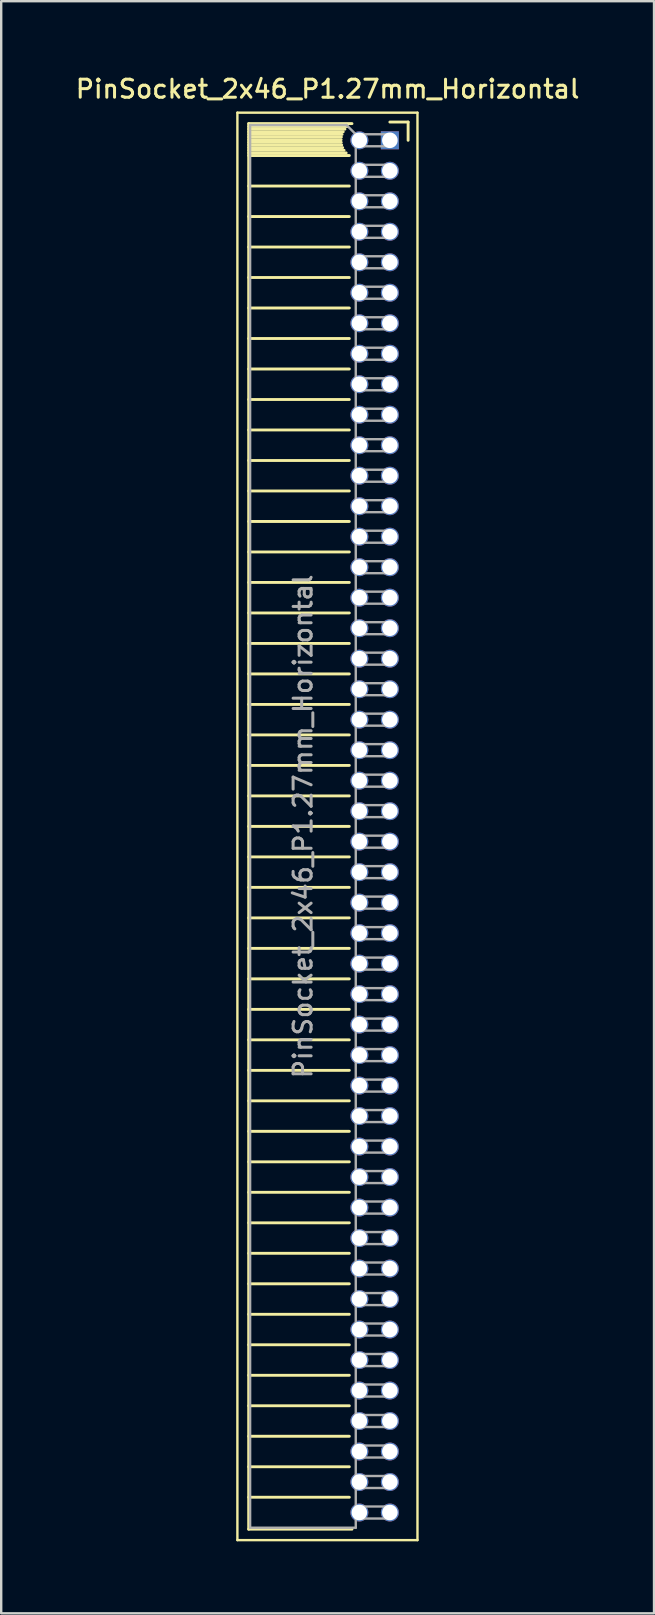
<source format=kicad_pcb>
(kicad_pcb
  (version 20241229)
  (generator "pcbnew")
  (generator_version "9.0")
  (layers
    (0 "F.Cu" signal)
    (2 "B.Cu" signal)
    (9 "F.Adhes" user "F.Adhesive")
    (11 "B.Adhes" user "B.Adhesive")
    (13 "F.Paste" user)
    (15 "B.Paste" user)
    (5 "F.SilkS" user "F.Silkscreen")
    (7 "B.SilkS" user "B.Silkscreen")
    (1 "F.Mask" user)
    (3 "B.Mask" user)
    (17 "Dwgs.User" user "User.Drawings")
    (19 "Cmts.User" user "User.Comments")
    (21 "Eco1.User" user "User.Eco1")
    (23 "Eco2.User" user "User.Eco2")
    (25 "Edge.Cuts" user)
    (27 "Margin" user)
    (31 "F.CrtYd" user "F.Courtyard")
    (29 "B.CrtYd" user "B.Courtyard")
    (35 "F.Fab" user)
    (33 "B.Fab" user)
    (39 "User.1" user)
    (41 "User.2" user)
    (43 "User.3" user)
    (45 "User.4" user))
  (footprint "PinSocket_2x46_P1.27mm_Horizontal"
    (layer "F.Cu")
    (at 13.187 2.793)
    (property "Reference" "PinSocket_2x46_P1.27mm_Horizontal" (at -2.592 -2.135 0) (layer "F.SilkS") (effects (font (size 0.75 0.75) (thickness 0.125))))
    (attr through_hole)
    (fp_line (start -6.35 -1.15) (end -6.35 58.3) (stroke (width 0.1) (type solid)) (layer "F.SilkS"))
    (fp_line (start -6.35 58.3) (end 1.15 58.3) (stroke (width 0.1) (type solid)) (layer "F.SilkS"))
    (fp_line (start -5.88 -0.695) (end -5.88 57.845) (stroke (width 0.12) (type solid)) (layer "F.SilkS"))
    (fp_line (start -5.88 -0.695) (end -1.578 -0.695) (stroke (width 0.12) (type solid)) (layer "F.SilkS"))
    (fp_line (start -5.88 -0.575) (end -1.767 -0.575) (stroke (width 0.12) (type solid)) (layer "F.SilkS"))
    (fp_line (start -5.88 -0.465) (end -1.871 -0.465) (stroke (width 0.12) (type solid)) (layer "F.SilkS"))
    (fp_line (start -5.88 -0.355) (end -1.942 -0.355) (stroke (width 0.12) (type solid)) (layer "F.SilkS"))
    (fp_line (start -5.88 -0.245) (end -1.989 -0.245) (stroke (width 0.12) (type solid)) (layer "F.SilkS"))
    (fp_line (start -5.88 -0.135) (end -2.018 -0.135) (stroke (width 0.12) (type solid)) (layer "F.SilkS"))
    (fp_line (start -5.88 -0.025) (end -2.03 -0.025) (stroke (width 0.12) (type solid)) (layer "F.SilkS"))
    (fp_line (start -5.88 0.085) (end -2.025 0.085) (stroke (width 0.12) (type solid)) (layer "F.SilkS"))
    (fp_line (start -5.88 0.195) (end -2.005 0.195) (stroke (width 0.12) (type solid)) (layer "F.SilkS"))
    (fp_line (start -5.88 0.305) (end -1.966 0.305) (stroke (width 0.12) (type solid)) (layer "F.SilkS"))
    (fp_line (start -5.88 0.415) (end -1.907 0.415) (stroke (width 0.12) (type solid)) (layer "F.SilkS"))
    (fp_line (start -5.88 0.525) (end -1.82 0.525) (stroke (width 0.12) (type solid)) (layer "F.SilkS"))
    (fp_line (start -5.88 0.635) (end -1.688 0.635) (stroke (width 0.12) (type solid)) (layer "F.SilkS"))
    (fp_line (start -5.88 1.905) (end -1.688 1.905) (stroke (width 0.12) (type solid)) (layer "F.SilkS"))
    (fp_line (start -5.88 3.175) (end -1.688 3.175) (stroke (width 0.12) (type solid)) (layer "F.SilkS"))
    (fp_line (start -5.88 4.445) (end -1.688 4.445) (stroke (width 0.12) (type solid)) (layer "F.SilkS"))
    (fp_line (start -5.88 5.715) (end -1.688 5.715) (stroke (width 0.12) (type solid)) (layer "F.SilkS"))
    (fp_line (start -5.88 6.985) (end -1.688 6.985) (stroke (width 0.12) (type solid)) (layer "F.SilkS"))
    (fp_line (start -5.88 8.255) (end -1.688 8.255) (stroke (width 0.12) (type solid)) (layer "F.SilkS"))
    (fp_line (start -5.88 9.525) (end -1.688 9.525) (stroke (width 0.12) (type solid)) (layer "F.SilkS"))
    (fp_line (start -5.88 10.795) (end -1.688 10.795) (stroke (width 0.12) (type solid)) (layer "F.SilkS"))
    (fp_line (start -5.88 12.065) (end -1.688 12.065) (stroke (width 0.12) (type solid)) (layer "F.SilkS"))
    (fp_line (start -5.88 13.335) (end -1.688 13.335) (stroke (width 0.12) (type solid)) (layer "F.SilkS"))
    (fp_line (start -5.88 14.605) (end -1.688 14.605) (stroke (width 0.12) (type solid)) (layer "F.SilkS"))
    (fp_line (start -5.88 15.875) (end -1.688 15.875) (stroke (width 0.12) (type solid)) (layer "F.SilkS"))
    (fp_line (start -5.88 17.145) (end -1.688 17.145) (stroke (width 0.12) (type solid)) (layer "F.SilkS"))
    (fp_line (start -5.88 18.415) (end -1.688 18.415) (stroke (width 0.12) (type solid)) (layer "F.SilkS"))
    (fp_line (start -5.88 19.685) (end -1.688 19.685) (stroke (width 0.12) (type solid)) (layer "F.SilkS"))
    (fp_line (start -5.88 20.955) (end -1.688 20.955) (stroke (width 0.12) (type solid)) (layer "F.SilkS"))
    (fp_line (start -5.88 22.225) (end -1.688 22.225) (stroke (width 0.12) (type solid)) (layer "F.SilkS"))
    (fp_line (start -5.88 23.495) (end -1.688 23.495) (stroke (width 0.12) (type solid)) (layer "F.SilkS"))
    (fp_line (start -5.88 24.765) (end -1.688 24.765) (stroke (width 0.12) (type solid)) (layer "F.SilkS"))
    (fp_line (start -5.88 26.035) (end -1.688 26.035) (stroke (width 0.12) (type solid)) (layer "F.SilkS"))
    (fp_line (start -5.88 27.305) (end -1.688 27.305) (stroke (width 0.12) (type solid)) (layer "F.SilkS"))
    (fp_line (start -5.88 28.575) (end -1.688 28.575) (stroke (width 0.12) (type solid)) (layer "F.SilkS"))
    (fp_line (start -5.88 29.845) (end -1.688 29.845) (stroke (width 0.12) (type solid)) (layer "F.SilkS"))
    (fp_line (start -5.88 31.115) (end -1.688 31.115) (stroke (width 0.12) (type solid)) (layer "F.SilkS"))
    (fp_line (start -5.88 32.385) (end -1.688 32.385) (stroke (width 0.12) (type solid)) (layer "F.SilkS"))
    (fp_line (start -5.88 33.655) (end -1.688 33.655) (stroke (width 0.12) (type solid)) (layer "F.SilkS"))
    (fp_line (start -5.88 34.925) (end -1.688 34.925) (stroke (width 0.12) (type solid)) (layer "F.SilkS"))
    (fp_line (start -5.88 36.195) (end -1.688 36.195) (stroke (width 0.12) (type solid)) (layer "F.SilkS"))
    (fp_line (start -5.88 37.465) (end -1.688 37.465) (stroke (width 0.12) (type solid)) (layer "F.SilkS"))
    (fp_line (start -5.88 38.735) (end -1.688 38.735) (stroke (width 0.12) (type solid)) (layer "F.SilkS"))
    (fp_line (start -5.88 40.005) (end -1.688 40.005) (stroke (width 0.12) (type solid)) (layer "F.SilkS"))
    (fp_line (start -5.88 41.275) (end -1.688 41.275) (stroke (width 0.12) (type solid)) (layer "F.SilkS"))
    (fp_line (start -5.88 42.545) (end -1.688 42.545) (stroke (width 0.12) (type solid)) (layer "F.SilkS"))
    (fp_line (start -5.88 43.815) (end -1.688 43.815) (stroke (width 0.12) (type solid)) (layer "F.SilkS"))
    (fp_line (start -5.88 45.085) (end -1.688 45.085) (stroke (width 0.12) (type solid)) (layer "F.SilkS"))
    (fp_line (start -5.88 46.355) (end -1.688 46.355) (stroke (width 0.12) (type solid)) (layer "F.SilkS"))
    (fp_line (start -5.88 47.625) (end -1.688 47.625) (stroke (width 0.12) (type solid)) (layer "F.SilkS"))
    (fp_line (start -5.88 48.895) (end -1.688 48.895) (stroke (width 0.12) (type solid)) (layer "F.SilkS"))
    (fp_line (start -5.88 50.165) (end -1.688 50.165) (stroke (width 0.12) (type solid)) (layer "F.SilkS"))
    (fp_line (start -5.88 51.435) (end -1.688 51.435) (stroke (width 0.12) (type solid)) (layer "F.SilkS"))
    (fp_line (start -5.88 52.705) (end -1.688 52.705) (stroke (width 0.12) (type solid)) (layer "F.SilkS"))
    (fp_line (start -5.88 53.975) (end -1.688 53.975) (stroke (width 0.12) (type solid)) (layer "F.SilkS"))
    (fp_line (start -5.88 55.245) (end -1.688 55.245) (stroke (width 0.12) (type solid)) (layer "F.SilkS"))
    (fp_line (start -5.88 56.515) (end -1.688 56.515) (stroke (width 0.12) (type solid)) (layer "F.SilkS"))
    (fp_line (start -5.88 57.845) (end -1.578 57.845) (stroke (width 0.12) (type solid)) (layer "F.SilkS"))
    (fp_line (start 0 -0.76) (end 0.76 -0.76) (stroke (width 0.12) (type solid)) (layer "F.SilkS"))
    (fp_line (start 0.76 -0.76) (end 0.76 0) (stroke (width 0.12) (type solid)) (layer "F.SilkS"))
    (fp_line (start 1.15 -1.15) (end -6.35 -1.15) (stroke (width 0.1) (type solid)) (layer "F.SilkS"))
    (fp_line (start 1.15 58.3) (end 1.15 -1.15) (stroke (width 0.1) (type solid)) (layer "F.SilkS"))
    (fp_line (start -5.82 -0.635) (end -1.805 -0.635) (stroke (width 0.1) (type solid)) (layer "F.Fab"))
    (fp_line (start -5.82 57.785) (end -5.82 -0.635) (stroke (width 0.1) (type solid)) (layer "F.Fab"))
    (fp_line (start -1.805 -0.635) (end -1.42 -0.25) (stroke (width 0.1) (type solid)) (layer "F.Fab"))
    (fp_line (start -1.42 -0.25) (end -1.42 57.785) (stroke (width 0.1) (type solid)) (layer "F.Fab"))
    (fp_line (start -1.42 0.25) (end 0 0.25) (stroke (width 0.1) (type solid)) (layer "F.Fab"))
    (fp_line (start -1.42 1.52) (end 0 1.52) (stroke (width 0.1) (type solid)) (layer "F.Fab"))
    (fp_line (start -1.42 2.79) (end 0 2.79) (stroke (width 0.1) (type solid)) (layer "F.Fab"))
    (fp_line (start -1.42 4.06) (end 0 4.06) (stroke (width 0.1) (type solid)) (layer "F.Fab"))
    (fp_line (start -1.42 5.33) (end 0 5.33) (stroke (width 0.1) (type solid)) (layer "F.Fab"))
    (fp_line (start -1.42 6.6) (end 0 6.6) (stroke (width 0.1) (type solid)) (layer "F.Fab"))
    (fp_line (start -1.42 7.87) (end 0 7.87) (stroke (width 0.1) (type solid)) (layer "F.Fab"))
    (fp_line (start -1.42 9.14) (end 0 9.14) (stroke (width 0.1) (type solid)) (layer "F.Fab"))
    (fp_line (start -1.42 10.41) (end 0 10.41) (stroke (width 0.1) (type solid)) (layer "F.Fab"))
    (fp_line (start -1.42 11.68) (end 0 11.68) (stroke (width 0.1) (type solid)) (layer "F.Fab"))
    (fp_line (start -1.42 12.95) (end 0 12.95) (stroke (width 0.1) (type solid)) (layer "F.Fab"))
    (fp_line (start -1.42 14.22) (end 0 14.22) (stroke (width 0.1) (type solid)) (layer "F.Fab"))
    (fp_line (start -1.42 15.49) (end 0 15.49) (stroke (width 0.1) (type solid)) (layer "F.Fab"))
    (fp_line (start -1.42 16.76) (end 0 16.76) (stroke (width 0.1) (type solid)) (layer "F.Fab"))
    (fp_line (start -1.42 18.03) (end 0 18.03) (stroke (width 0.1) (type solid)) (layer "F.Fab"))
    (fp_line (start -1.42 19.3) (end 0 19.3) (stroke (width 0.1) (type solid)) (layer "F.Fab"))
    (fp_line (start -1.42 20.57) (end 0 20.57) (stroke (width 0.1) (type solid)) (layer "F.Fab"))
    (fp_line (start -1.42 21.84) (end 0 21.84) (stroke (width 0.1) (type solid)) (layer "F.Fab"))
    (fp_line (start -1.42 23.11) (end 0 23.11) (stroke (width 0.1) (type solid)) (layer "F.Fab"))
    (fp_line (start -1.42 24.38) (end 0 24.38) (stroke (width 0.1) (type solid)) (layer "F.Fab"))
    (fp_line (start -1.42 25.65) (end 0 25.65) (stroke (width 0.1) (type solid)) (layer "F.Fab"))
    (fp_line (start -1.42 26.92) (end 0 26.92) (stroke (width 0.1) (type solid)) (layer "F.Fab"))
    (fp_line (start -1.42 28.19) (end 0 28.19) (stroke (width 0.1) (type solid)) (layer "F.Fab"))
    (fp_line (start -1.42 29.46) (end 0 29.46) (stroke (width 0.1) (type solid)) (layer "F.Fab"))
    (fp_line (start -1.42 30.73) (end 0 30.73) (stroke (width 0.1) (type solid)) (layer "F.Fab"))
    (fp_line (start -1.42 32) (end 0 32) (stroke (width 0.1) (type solid)) (layer "F.Fab"))
    (fp_line (start -1.42 33.27) (end 0 33.27) (stroke (width 0.1) (type solid)) (layer "F.Fab"))
    (fp_line (start -1.42 34.54) (end 0 34.54) (stroke (width 0.1) (type solid)) (layer "F.Fab"))
    (fp_line (start -1.42 35.81) (end 0 35.81) (stroke (width 0.1) (type solid)) (layer "F.Fab"))
    (fp_line (start -1.42 37.08) (end 0 37.08) (stroke (width 0.1) (type solid)) (layer "F.Fab"))
    (fp_line (start -1.42 38.35) (end 0 38.35) (stroke (width 0.1) (type solid)) (layer "F.Fab"))
    (fp_line (start -1.42 39.62) (end 0 39.62) (stroke (width 0.1) (type solid)) (layer "F.Fab"))
    (fp_line (start -1.42 40.89) (end 0 40.89) (stroke (width 0.1) (type solid)) (layer "F.Fab"))
    (fp_line (start -1.42 42.16) (end 0 42.16) (stroke (width 0.1) (type solid)) (layer "F.Fab"))
    (fp_line (start -1.42 43.43) (end 0 43.43) (stroke (width 0.1) (type solid)) (layer "F.Fab"))
    (fp_line (start -1.42 44.7) (end 0 44.7) (stroke (width 0.1) (type solid)) (layer "F.Fab"))
    (fp_line (start -1.42 45.97) (end 0 45.97) (stroke (width 0.1) (type solid)) (layer "F.Fab"))
    (fp_line (start -1.42 47.24) (end 0 47.24) (stroke (width 0.1) (type solid)) (layer "F.Fab"))
    (fp_line (start -1.42 48.51) (end 0 48.51) (stroke (width 0.1) (type solid)) (layer "F.Fab"))
    (fp_line (start -1.42 49.78) (end 0 49.78) (stroke (width 0.1) (type solid)) (layer "F.Fab"))
    (fp_line (start -1.42 51.05) (end 0 51.05) (stroke (width 0.1) (type solid)) (layer "F.Fab"))
    (fp_line (start -1.42 52.32) (end 0 52.32) (stroke (width 0.1) (type solid)) (layer "F.Fab"))
    (fp_line (start -1.42 53.59) (end 0 53.59) (stroke (width 0.1) (type solid)) (layer "F.Fab"))
    (fp_line (start -1.42 54.86) (end 0 54.86) (stroke (width 0.1) (type solid)) (layer "F.Fab"))
    (fp_line (start -1.42 56.13) (end 0 56.13) (stroke (width 0.1) (type solid)) (layer "F.Fab"))
    (fp_line (start -1.42 57.4) (end 0 57.4) (stroke (width 0.1) (type solid)) (layer "F.Fab"))
    (fp_line (start -1.42 57.785) (end -5.82 57.785) (stroke (width 0.1) (type solid)) (layer "F.Fab"))
    (fp_line (start 0 -0.25) (end -1.42 -0.25) (stroke (width 0.1) (type solid)) (layer "F.Fab"))
    (fp_line (start 0 0.25) (end 0 -0.25) (stroke (width 0.1) (type solid)) (layer "F.Fab"))
    (fp_line (start 0 1.02) (end -1.42 1.02) (stroke (width 0.1) (type solid)) (layer "F.Fab"))
    (fp_line (start 0 1.52) (end 0 1.02) (stroke (width 0.1) (type solid)) (layer "F.Fab"))
    (fp_line (start 0 2.29) (end -1.42 2.29) (stroke (width 0.1) (type solid)) (layer "F.Fab"))
    (fp_line (start 0 2.79) (end 0 2.29) (stroke (width 0.1) (type solid)) (layer "F.Fab"))
    (fp_line (start 0 3.56) (end -1.42 3.56) (stroke (width 0.1) (type solid)) (layer "F.Fab"))
    (fp_line (start 0 4.06) (end 0 3.56) (stroke (width 0.1) (type solid)) (layer "F.Fab"))
    (fp_line (start 0 4.83) (end -1.42 4.83) (stroke (width 0.1) (type solid)) (layer "F.Fab"))
    (fp_line (start 0 5.33) (end 0 4.83) (stroke (width 0.1) (type solid)) (layer "F.Fab"))
    (fp_line (start 0 6.1) (end -1.42 6.1) (stroke (width 0.1) (type solid)) (layer "F.Fab"))
    (fp_line (start 0 6.6) (end 0 6.1) (stroke (width 0.1) (type solid)) (layer "F.Fab"))
    (fp_line (start 0 7.37) (end -1.42 7.37) (stroke (width 0.1) (type solid)) (layer "F.Fab"))
    (fp_line (start 0 7.87) (end 0 7.37) (stroke (width 0.1) (type solid)) (layer "F.Fab"))
    (fp_line (start 0 8.64) (end -1.42 8.64) (stroke (width 0.1) (type solid)) (layer "F.Fab"))
    (fp_line (start 0 9.14) (end 0 8.64) (stroke (width 0.1) (type solid)) (layer "F.Fab"))
    (fp_line (start 0 9.91) (end -1.42 9.91) (stroke (width 0.1) (type solid)) (layer "F.Fab"))
    (fp_line (start 0 10.41) (end 0 9.91) (stroke (width 0.1) (type solid)) (layer "F.Fab"))
    (fp_line (start 0 11.18) (end -1.42 11.18) (stroke (width 0.1) (type solid)) (layer "F.Fab"))
    (fp_line (start 0 11.68) (end 0 11.18) (stroke (width 0.1) (type solid)) (layer "F.Fab"))
    (fp_line (start 0 12.45) (end -1.42 12.45) (stroke (width 0.1) (type solid)) (layer "F.Fab"))
    (fp_line (start 0 12.95) (end 0 12.45) (stroke (width 0.1) (type solid)) (layer "F.Fab"))
    (fp_line (start 0 13.72) (end -1.42 13.72) (stroke (width 0.1) (type solid)) (layer "F.Fab"))
    (fp_line (start 0 14.22) (end 0 13.72) (stroke (width 0.1) (type solid)) (layer "F.Fab"))
    (fp_line (start 0 14.99) (end -1.42 14.99) (stroke (width 0.1) (type solid)) (layer "F.Fab"))
    (fp_line (start 0 15.49) (end 0 14.99) (stroke (width 0.1) (type solid)) (layer "F.Fab"))
    (fp_line (start 0 16.26) (end -1.42 16.26) (stroke (width 0.1) (type solid)) (layer "F.Fab"))
    (fp_line (start 0 16.76) (end 0 16.26) (stroke (width 0.1) (type solid)) (layer "F.Fab"))
    (fp_line (start 0 17.53) (end -1.42 17.53) (stroke (width 0.1) (type solid)) (layer "F.Fab"))
    (fp_line (start 0 18.03) (end 0 17.53) (stroke (width 0.1) (type solid)) (layer "F.Fab"))
    (fp_line (start 0 18.8) (end -1.42 18.8) (stroke (width 0.1) (type solid)) (layer "F.Fab"))
    (fp_line (start 0 19.3) (end 0 18.8) (stroke (width 0.1) (type solid)) (layer "F.Fab"))
    (fp_line (start 0 20.07) (end -1.42 20.07) (stroke (width 0.1) (type solid)) (layer "F.Fab"))
    (fp_line (start 0 20.57) (end 0 20.07) (stroke (width 0.1) (type solid)) (layer "F.Fab"))
    (fp_line (start 0 21.34) (end -1.42 21.34) (stroke (width 0.1) (type solid)) (layer "F.Fab"))
    (fp_line (start 0 21.84) (end 0 21.34) (stroke (width 0.1) (type solid)) (layer "F.Fab"))
    (fp_line (start 0 22.61) (end -1.42 22.61) (stroke (width 0.1) (type solid)) (layer "F.Fab"))
    (fp_line (start 0 23.11) (end 0 22.61) (stroke (width 0.1) (type solid)) (layer "F.Fab"))
    (fp_line (start 0 23.88) (end -1.42 23.88) (stroke (width 0.1) (type solid)) (layer "F.Fab"))
    (fp_line (start 0 24.38) (end 0 23.88) (stroke (width 0.1) (type solid)) (layer "F.Fab"))
    (fp_line (start 0 25.15) (end -1.42 25.15) (stroke (width 0.1) (type solid)) (layer "F.Fab"))
    (fp_line (start 0 25.65) (end 0 25.15) (stroke (width 0.1) (type solid)) (layer "F.Fab"))
    (fp_line (start 0 26.42) (end -1.42 26.42) (stroke (width 0.1) (type solid)) (layer "F.Fab"))
    (fp_line (start 0 26.92) (end 0 26.42) (stroke (width 0.1) (type solid)) (layer "F.Fab"))
    (fp_line (start 0 27.69) (end -1.42 27.69) (stroke (width 0.1) (type solid)) (layer "F.Fab"))
    (fp_line (start 0 28.19) (end 0 27.69) (stroke (width 0.1) (type solid)) (layer "F.Fab"))
    (fp_line (start 0 28.96) (end -1.42 28.96) (stroke (width 0.1) (type solid)) (layer "F.Fab"))
    (fp_line (start 0 29.46) (end 0 28.96) (stroke (width 0.1) (type solid)) (layer "F.Fab"))
    (fp_line (start 0 30.23) (end -1.42 30.23) (stroke (width 0.1) (type solid)) (layer "F.Fab"))
    (fp_line (start 0 30.73) (end 0 30.23) (stroke (width 0.1) (type solid)) (layer "F.Fab"))
    (fp_line (start 0 31.5) (end -1.42 31.5) (stroke (width 0.1) (type solid)) (layer "F.Fab"))
    (fp_line (start 0 32) (end 0 31.5) (stroke (width 0.1) (type solid)) (layer "F.Fab"))
    (fp_line (start 0 32.77) (end -1.42 32.77) (stroke (width 0.1) (type solid)) (layer "F.Fab"))
    (fp_line (start 0 33.27) (end 0 32.77) (stroke (width 0.1) (type solid)) (layer "F.Fab"))
    (fp_line (start 0 34.04) (end -1.42 34.04) (stroke (width 0.1) (type solid)) (layer "F.Fab"))
    (fp_line (start 0 34.54) (end 0 34.04) (stroke (width 0.1) (type solid)) (layer "F.Fab"))
    (fp_line (start 0 35.31) (end -1.42 35.31) (stroke (width 0.1) (type solid)) (layer "F.Fab"))
    (fp_line (start 0 35.81) (end 0 35.31) (stroke (width 0.1) (type solid)) (layer "F.Fab"))
    (fp_line (start 0 36.58) (end -1.42 36.58) (stroke (width 0.1) (type solid)) (layer "F.Fab"))
    (fp_line (start 0 37.08) (end 0 36.58) (stroke (width 0.1) (type solid)) (layer "F.Fab"))
    (fp_line (start 0 37.85) (end -1.42 37.85) (stroke (width 0.1) (type solid)) (layer "F.Fab"))
    (fp_line (start 0 38.35) (end 0 37.85) (stroke (width 0.1) (type solid)) (layer "F.Fab"))
    (fp_line (start 0 39.12) (end -1.42 39.12) (stroke (width 0.1) (type solid)) (layer "F.Fab"))
    (fp_line (start 0 39.62) (end 0 39.12) (stroke (width 0.1) (type solid)) (layer "F.Fab"))
    (fp_line (start 0 40.39) (end -1.42 40.39) (stroke (width 0.1) (type solid)) (layer "F.Fab"))
    (fp_line (start 0 40.89) (end 0 40.39) (stroke (width 0.1) (type solid)) (layer "F.Fab"))
    (fp_line (start 0 41.66) (end -1.42 41.66) (stroke (width 0.1) (type solid)) (layer "F.Fab"))
    (fp_line (start 0 42.16) (end 0 41.66) (stroke (width 0.1) (type solid)) (layer "F.Fab"))
    (fp_line (start 0 42.93) (end -1.42 42.93) (stroke (width 0.1) (type solid)) (layer "F.Fab"))
    (fp_line (start 0 43.43) (end 0 42.93) (stroke (width 0.1) (type solid)) (layer "F.Fab"))
    (fp_line (start 0 44.2) (end -1.42 44.2) (stroke (width 0.1) (type solid)) (layer "F.Fab"))
    (fp_line (start 0 44.7) (end 0 44.2) (stroke (width 0.1) (type solid)) (layer "F.Fab"))
    (fp_line (start 0 45.47) (end -1.42 45.47) (stroke (width 0.1) (type solid)) (layer "F.Fab"))
    (fp_line (start 0 45.97) (end 0 45.47) (stroke (width 0.1) (type solid)) (layer "F.Fab"))
    (fp_line (start 0 46.74) (end -1.42 46.74) (stroke (width 0.1) (type solid)) (layer "F.Fab"))
    (fp_line (start 0 47.24) (end 0 46.74) (stroke (width 0.1) (type solid)) (layer "F.Fab"))
    (fp_line (start 0 48.01) (end -1.42 48.01) (stroke (width 0.1) (type solid)) (layer "F.Fab"))
    (fp_line (start 0 48.51) (end 0 48.01) (stroke (width 0.1) (type solid)) (layer "F.Fab"))
    (fp_line (start 0 49.28) (end -1.42 49.28) (stroke (width 0.1) (type solid)) (layer "F.Fab"))
    (fp_line (start 0 49.78) (end 0 49.28) (stroke (width 0.1) (type solid)) (layer "F.Fab"))
    (fp_line (start 0 50.55) (end -1.42 50.55) (stroke (width 0.1) (type solid)) (layer "F.Fab"))
    (fp_line (start 0 51.05) (end 0 50.55) (stroke (width 0.1) (type solid)) (layer "F.Fab"))
    (fp_line (start 0 51.82) (end -1.42 51.82) (stroke (width 0.1) (type solid)) (layer "F.Fab"))
    (fp_line (start 0 52.32) (end 0 51.82) (stroke (width 0.1) (type solid)) (layer "F.Fab"))
    (fp_line (start 0 53.09) (end -1.42 53.09) (stroke (width 0.1) (type solid)) (layer "F.Fab"))
    (fp_line (start 0 53.59) (end 0 53.09) (stroke (width 0.1) (type solid)) (layer "F.Fab"))
    (fp_line (start 0 54.36) (end -1.42 54.36) (stroke (width 0.1) (type solid)) (layer "F.Fab"))
    (fp_line (start 0 54.86) (end 0 54.36) (stroke (width 0.1) (type solid)) (layer "F.Fab"))
    (fp_line (start 0 55.63) (end -1.42 55.63) (stroke (width 0.1) (type solid)) (layer "F.Fab"))
    (fp_line (start 0 56.13) (end 0 55.63) (stroke (width 0.1) (type solid)) (layer "F.Fab"))
    (fp_line (start 0 56.9) (end -1.42 56.9) (stroke (width 0.1) (type solid)) (layer "F.Fab"))
    (fp_line (start 0 57.4) (end 0 56.9) (stroke (width 0.1) (type solid)) (layer "F.Fab"))
    (fp_text user "${REFERENCE}" (at -3.62 28.575 90) (layer "F.Fab") (effects (font (size 0.75 0.75) (thickness 0.125))))
    (pad "1" thru_hole rect (at 0 0) (size 0.75 0.75) (drill 0.65) (layers "*.Cu" "*.Mask"))
    (pad "2" thru_hole oval (at -1.27 0) (size 0.75 0.75) (drill 0.65) (layers "*.Cu" "*.Mask"))
    (pad "3" thru_hole oval (at 0 1.27) (size 0.75 0.75) (drill 0.65) (layers "*.Cu" "*.Mask"))
    (pad "4" thru_hole oval (at -1.27 1.27) (size 0.75 0.75) (drill 0.65) (layers "*.Cu" "*.Mask"))
    (pad "5" thru_hole oval (at 0 2.54) (size 0.75 0.75) (drill 0.65) (layers "*.Cu" "*.Mask"))
    (pad "6" thru_hole oval (at -1.27 2.54) (size 0.75 0.75) (drill 0.65) (layers "*.Cu" "*.Mask"))
    (pad "7" thru_hole oval (at 0 3.81) (size 0.75 0.75) (drill 0.65) (layers "*.Cu" "*.Mask"))
    (pad "8" thru_hole oval (at -1.27 3.81) (size 0.75 0.75) (drill 0.65) (layers "*.Cu" "*.Mask"))
    (pad "9" thru_hole oval (at 0 5.08) (size 0.75 0.75) (drill 0.65) (layers "*.Cu" "*.Mask"))
    (pad "10" thru_hole oval (at -1.27 5.08) (size 0.75 0.75) (drill 0.65) (layers "*.Cu" "*.Mask"))
    (pad "11" thru_hole oval (at 0 6.35) (size 0.75 0.75) (drill 0.65) (layers "*.Cu" "*.Mask"))
    (pad "12" thru_hole oval (at -1.27 6.35) (size 0.75 0.75) (drill 0.65) (layers "*.Cu" "*.Mask"))
    (pad "13" thru_hole oval (at 0 7.62) (size 0.75 0.75) (drill 0.65) (layers "*.Cu" "*.Mask"))
    (pad "14" thru_hole oval (at -1.27 7.62) (size 0.75 0.75) (drill 0.65) (layers "*.Cu" "*.Mask"))
    (pad "15" thru_hole oval (at 0 8.89) (size 0.75 0.75) (drill 0.65) (layers "*.Cu" "*.Mask"))
    (pad "16" thru_hole oval (at -1.27 8.89) (size 0.75 0.75) (drill 0.65) (layers "*.Cu" "*.Mask"))
    (pad "17" thru_hole oval (at 0 10.16) (size 0.75 0.75) (drill 0.65) (layers "*.Cu" "*.Mask"))
    (pad "18" thru_hole oval (at -1.27 10.16) (size 0.75 0.75) (drill 0.65) (layers "*.Cu" "*.Mask"))
    (pad "19" thru_hole oval (at 0 11.43) (size 0.75 0.75) (drill 0.65) (layers "*.Cu" "*.Mask"))
    (pad "20" thru_hole oval (at -1.27 11.43) (size 0.75 0.75) (drill 0.65) (layers "*.Cu" "*.Mask"))
    (pad "21" thru_hole oval (at 0 12.7) (size 0.75 0.75) (drill 0.65) (layers "*.Cu" "*.Mask"))
    (pad "22" thru_hole oval (at -1.27 12.7) (size 0.75 0.75) (drill 0.65) (layers "*.Cu" "*.Mask"))
    (pad "23" thru_hole oval (at 0 13.97) (size 0.75 0.75) (drill 0.65) (layers "*.Cu" "*.Mask"))
    (pad "24" thru_hole oval (at -1.27 13.97) (size 0.75 0.75) (drill 0.65) (layers "*.Cu" "*.Mask"))
    (pad "25" thru_hole oval (at 0 15.24) (size 0.75 0.75) (drill 0.65) (layers "*.Cu" "*.Mask"))
    (pad "26" thru_hole oval (at -1.27 15.24) (size 0.75 0.75) (drill 0.65) (layers "*.Cu" "*.Mask"))
    (pad "27" thru_hole oval (at 0 16.51) (size 0.75 0.75) (drill 0.65) (layers "*.Cu" "*.Mask"))
    (pad "28" thru_hole oval (at -1.27 16.51) (size 0.75 0.75) (drill 0.65) (layers "*.Cu" "*.Mask"))
    (pad "29" thru_hole oval (at 0 17.78) (size 0.75 0.75) (drill 0.65) (layers "*.Cu" "*.Mask"))
    (pad "30" thru_hole oval (at -1.27 17.78) (size 0.75 0.75) (drill 0.65) (layers "*.Cu" "*.Mask"))
    (pad "31" thru_hole oval (at 0 19.05) (size 0.75 0.75) (drill 0.65) (layers "*.Cu" "*.Mask"))
    (pad "32" thru_hole oval (at -1.27 19.05) (size 0.75 0.75) (drill 0.65) (layers "*.Cu" "*.Mask"))
    (pad "33" thru_hole oval (at 0 20.32) (size 0.75 0.75) (drill 0.65) (layers "*.Cu" "*.Mask"))
    (pad "34" thru_hole oval (at -1.27 20.32) (size 0.75 0.75) (drill 0.65) (layers "*.Cu" "*.Mask"))
    (pad "35" thru_hole oval (at 0 21.59) (size 0.75 0.75) (drill 0.65) (layers "*.Cu" "*.Mask"))
    (pad "36" thru_hole oval (at -1.27 21.59) (size 0.75 0.75) (drill 0.65) (layers "*.Cu" "*.Mask"))
    (pad "37" thru_hole oval (at 0 22.86) (size 0.75 0.75) (drill 0.65) (layers "*.Cu" "*.Mask"))
    (pad "38" thru_hole oval (at -1.27 22.86) (size 0.75 0.75) (drill 0.65) (layers "*.Cu" "*.Mask"))
    (pad "39" thru_hole oval (at 0 24.13) (size 0.75 0.75) (drill 0.65) (layers "*.Cu" "*.Mask"))
    (pad "40" thru_hole oval (at -1.27 24.13) (size 0.75 0.75) (drill 0.65) (layers "*.Cu" "*.Mask"))
    (pad "41" thru_hole oval (at 0 25.4) (size 0.75 0.75) (drill 0.65) (layers "*.Cu" "*.Mask"))
    (pad "42" thru_hole oval (at -1.27 25.4) (size 0.75 0.75) (drill 0.65) (layers "*.Cu" "*.Mask"))
    (pad "43" thru_hole oval (at 0 26.67) (size 0.75 0.75) (drill 0.65) (layers "*.Cu" "*.Mask"))
    (pad "44" thru_hole oval (at -1.27 26.67) (size 0.75 0.75) (drill 0.65) (layers "*.Cu" "*.Mask"))
    (pad "45" thru_hole oval (at 0 27.94) (size 0.75 0.75) (drill 0.65) (layers "*.Cu" "*.Mask"))
    (pad "46" thru_hole oval (at -1.27 27.94) (size 0.75 0.75) (drill 0.65) (layers "*.Cu" "*.Mask"))
    (pad "47" thru_hole oval (at 0 29.21) (size 0.75 0.75) (drill 0.65) (layers "*.Cu" "*.Mask"))
    (pad "48" thru_hole oval (at -1.27 29.21) (size 0.75 0.75) (drill 0.65) (layers "*.Cu" "*.Mask"))
    (pad "49" thru_hole oval (at 0 30.48) (size 0.75 0.75) (drill 0.65) (layers "*.Cu" "*.Mask"))
    (pad "50" thru_hole oval (at -1.27 30.48) (size 0.75 0.75) (drill 0.65) (layers "*.Cu" "*.Mask"))
    (pad "51" thru_hole oval (at 0 31.75) (size 0.75 0.75) (drill 0.65) (layers "*.Cu" "*.Mask"))
    (pad "52" thru_hole oval (at -1.27 31.75) (size 0.75 0.75) (drill 0.65) (layers "*.Cu" "*.Mask"))
    (pad "53" thru_hole oval (at 0 33.02) (size 0.75 0.75) (drill 0.65) (layers "*.Cu" "*.Mask"))
    (pad "54" thru_hole oval (at -1.27 33.02) (size 0.75 0.75) (drill 0.65) (layers "*.Cu" "*.Mask"))
    (pad "55" thru_hole oval (at 0 34.29) (size 0.75 0.75) (drill 0.65) (layers "*.Cu" "*.Mask"))
    (pad "56" thru_hole oval (at -1.27 34.29) (size 0.75 0.75) (drill 0.65) (layers "*.Cu" "*.Mask"))
    (pad "57" thru_hole oval (at 0 35.56) (size 0.75 0.75) (drill 0.65) (layers "*.Cu" "*.Mask"))
    (pad "58" thru_hole oval (at -1.27 35.56) (size 0.75 0.75) (drill 0.65) (layers "*.Cu" "*.Mask"))
    (pad "59" thru_hole oval (at 0 36.83) (size 0.75 0.75) (drill 0.65) (layers "*.Cu" "*.Mask"))
    (pad "60" thru_hole oval (at -1.27 36.83) (size 0.75 0.75) (drill 0.65) (layers "*.Cu" "*.Mask"))
    (pad "61" thru_hole oval (at 0 38.1) (size 0.75 0.75) (drill 0.65) (layers "*.Cu" "*.Mask"))
    (pad "62" thru_hole oval (at -1.27 38.1) (size 0.75 0.75) (drill 0.65) (layers "*.Cu" "*.Mask"))
    (pad "63" thru_hole oval (at 0 39.37) (size 0.75 0.75) (drill 0.65) (layers "*.Cu" "*.Mask"))
    (pad "64" thru_hole oval (at -1.27 39.37) (size 0.75 0.75) (drill 0.65) (layers "*.Cu" "*.Mask"))
    (pad "65" thru_hole oval (at 0 40.64) (size 0.75 0.75) (drill 0.65) (layers "*.Cu" "*.Mask"))
    (pad "66" thru_hole oval (at -1.27 40.64) (size 0.75 0.75) (drill 0.65) (layers "*.Cu" "*.Mask"))
    (pad "67" thru_hole oval (at 0 41.91) (size 0.75 0.75) (drill 0.65) (layers "*.Cu" "*.Mask"))
    (pad "68" thru_hole oval (at -1.27 41.91) (size 0.75 0.75) (drill 0.65) (layers "*.Cu" "*.Mask"))
    (pad "69" thru_hole oval (at 0 43.18) (size 0.75 0.75) (drill 0.65) (layers "*.Cu" "*.Mask"))
    (pad "70" thru_hole oval (at -1.27 43.18) (size 0.75 0.75) (drill 0.65) (layers "*.Cu" "*.Mask"))
    (pad "71" thru_hole oval (at 0 44.45) (size 0.75 0.75) (drill 0.65) (layers "*.Cu" "*.Mask"))
    (pad "72" thru_hole oval (at -1.27 44.45) (size 0.75 0.75) (drill 0.65) (layers "*.Cu" "*.Mask"))
    (pad "73" thru_hole oval (at 0 45.72) (size 0.75 0.75) (drill 0.65) (layers "*.Cu" "*.Mask"))
    (pad "74" thru_hole oval (at -1.27 45.72) (size 0.75 0.75) (drill 0.65) (layers "*.Cu" "*.Mask"))
    (pad "75" thru_hole oval (at 0 46.99) (size 0.75 0.75) (drill 0.65) (layers "*.Cu" "*.Mask"))
    (pad "76" thru_hole oval (at -1.27 46.99) (size 0.75 0.75) (drill 0.65) (layers "*.Cu" "*.Mask"))
    (pad "77" thru_hole oval (at 0 48.26) (size 0.75 0.75) (drill 0.65) (layers "*.Cu" "*.Mask"))
    (pad "78" thru_hole oval (at -1.27 48.26) (size 0.75 0.75) (drill 0.65) (layers "*.Cu" "*.Mask"))
    (pad "79" thru_hole oval (at 0 49.53) (size 0.75 0.75) (drill 0.65) (layers "*.Cu" "*.Mask"))
    (pad "80" thru_hole oval (at -1.27 49.53) (size 0.75 0.75) (drill 0.65) (layers "*.Cu" "*.Mask"))
    (pad "81" thru_hole oval (at 0 50.8) (size 0.75 0.75) (drill 0.65) (layers "*.Cu" "*.Mask"))
    (pad "82" thru_hole oval (at -1.27 50.8) (size 0.75 0.75) (drill 0.65) (layers "*.Cu" "*.Mask"))
    (pad "83" thru_hole oval (at 0 52.07) (size 0.75 0.75) (drill 0.65) (layers "*.Cu" "*.Mask"))
    (pad "84" thru_hole oval (at -1.27 52.07) (size 0.75 0.75) (drill 0.65) (layers "*.Cu" "*.Mask"))
    (pad "85" thru_hole oval (at 0 53.34) (size 0.75 0.75) (drill 0.65) (layers "*.Cu" "*.Mask"))
    (pad "86" thru_hole oval (at -1.27 53.34) (size 0.75 0.75) (drill 0.65) (layers "*.Cu" "*.Mask"))
    (pad "87" thru_hole oval (at 0 54.61) (size 0.75 0.75) (drill 0.65) (layers "*.Cu" "*.Mask"))
    (pad "88" thru_hole oval (at -1.27 54.61) (size 0.75 0.75) (drill 0.65) (layers "*.Cu" "*.Mask"))
    (pad "89" thru_hole oval (at 0 55.88) (size 0.75 0.75) (drill 0.65) (layers "*.Cu" "*.Mask"))
    (pad "90" thru_hole oval (at -1.27 55.88) (size 0.75 0.75) (drill 0.65) (layers "*.Cu" "*.Mask"))
    (pad "91" thru_hole oval (at 0 57.15) (size 0.75 0.75) (drill 0.65) (layers "*.Cu" "*.Mask"))
    (pad "92" thru_hole oval (at -1.27 57.15) (size 0.75 0.75) (drill 0.65) (layers "*.Cu" "*.Mask")))
  (gr_rect
    (start -3 -3)
    (end 24.189 64.143)
    (stroke (width 0.1) (type default))
    (fill no)
    (layer "Edge.Cuts")))
</source>
